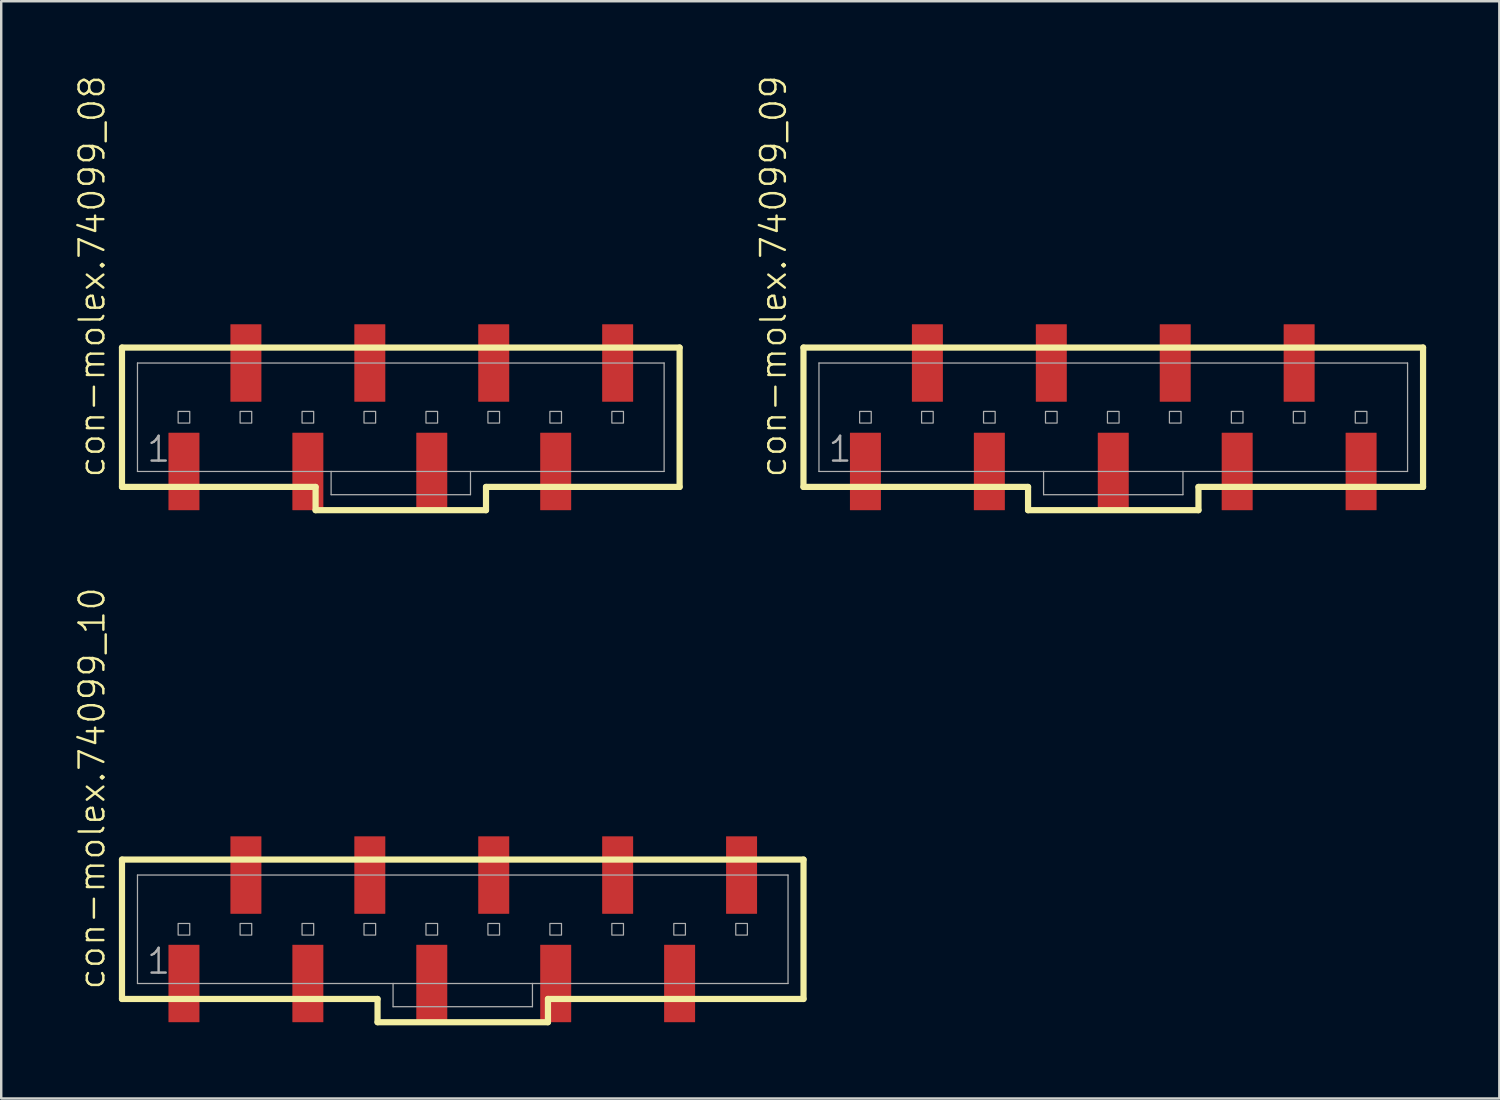
<source format=kicad_pcb>
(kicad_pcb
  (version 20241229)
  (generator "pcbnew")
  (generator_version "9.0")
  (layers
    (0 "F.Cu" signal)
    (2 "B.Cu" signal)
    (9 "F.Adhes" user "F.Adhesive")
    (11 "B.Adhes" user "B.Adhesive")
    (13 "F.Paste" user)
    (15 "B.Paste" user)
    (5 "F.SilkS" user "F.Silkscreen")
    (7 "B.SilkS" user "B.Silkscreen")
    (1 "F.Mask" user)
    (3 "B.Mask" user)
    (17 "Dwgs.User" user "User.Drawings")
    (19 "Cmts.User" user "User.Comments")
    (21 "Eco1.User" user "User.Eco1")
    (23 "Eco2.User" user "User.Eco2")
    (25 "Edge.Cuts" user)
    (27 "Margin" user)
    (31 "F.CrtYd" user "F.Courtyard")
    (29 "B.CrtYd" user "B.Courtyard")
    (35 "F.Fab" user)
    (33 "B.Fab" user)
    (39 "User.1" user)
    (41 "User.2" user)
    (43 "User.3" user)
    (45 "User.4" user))
  (footprint "con-molex.74099_10"
    (layer "F.Cu")
    (at 15.921 35.046)
    (property "Reference" "con-molex.74099_10" (at -14.605 2.54 90) (layer "F.SilkS") (effects (font (size 1.016 1.016) (thickness 0.1)) (justify left bottom)))
    (attr smd)
    (fp_line (start -13.97 -2.857) (end -13.97 2.857) (stroke (width 0.254) (type default)) (layer "F.SilkS"))
    (fp_line (start -13.97 2.857) (end -3.493 2.857) (stroke (width 0.254) (type default)) (layer "F.SilkS"))
    (fp_line (start -3.493 2.857) (end -3.493 3.81) (stroke (width 0.254) (type default)) (layer "F.SilkS"))
    (fp_line (start -3.493 3.81) (end 3.493 3.81) (stroke (width 0.254) (type default)) (layer "F.SilkS"))
    (fp_line (start 3.493 2.857) (end 13.97 2.857) (stroke (width 0.254) (type default)) (layer "F.SilkS"))
    (fp_line (start 3.493 3.81) (end 3.493 2.857) (stroke (width 0.254) (type default)) (layer "F.SilkS"))
    (fp_line (start 13.97 -2.857) (end -13.97 -2.857) (stroke (width 0.254) (type default)) (layer "F.SilkS"))
    (fp_line (start 13.97 2.857) (end 13.97 -2.857) (stroke (width 0.254) (type default)) (layer "F.SilkS"))
    (fp_line (start -13.335 -2.223) (end -13.335 2.223) (stroke (width 0.051) (type default)) (layer "F.Fab"))
    (fp_line (start -13.335 -2.223) (end 13.335 -2.223) (stroke (width 0.051) (type default)) (layer "F.Fab"))
    (fp_line (start -13.335 2.223) (end -2.857 2.223) (stroke (width 0.051) (type default)) (layer "F.Fab"))
    (fp_line (start -2.857 2.223) (end -2.857 3.175) (stroke (width 0.051) (type default)) (layer "F.Fab"))
    (fp_line (start -2.857 2.223) (end 2.857 2.223) (stroke (width 0.051) (type default)) (layer "F.Fab"))
    (fp_line (start 2.857 2.223) (end 2.857 3.175) (stroke (width 0.051) (type default)) (layer "F.Fab"))
    (fp_line (start 2.857 2.223) (end 13.335 2.223) (stroke (width 0.051) (type default)) (layer "F.Fab"))
    (fp_line (start 2.857 3.175) (end -2.857 3.175) (stroke (width 0.051) (type default)) (layer "F.Fab"))
    (fp_line (start 13.335 -2.223) (end 13.335 2.223) (stroke (width 0.051) (type default)) (layer "F.Fab"))
    (fp_rect (start -11.668 0.238) (end -11.192 -0.238) (stroke (width 0.05) (type default)) (fill no) (layer "F.Fab"))
    (fp_rect (start -9.128 0.238) (end -8.652 -0.238) (stroke (width 0.05) (type default)) (fill no) (layer "F.Fab"))
    (fp_rect (start -6.588 0.238) (end -6.112 -0.238) (stroke (width 0.05) (type default)) (fill no) (layer "F.Fab"))
    (fp_rect (start -4.048 0.238) (end -3.572 -0.238) (stroke (width 0.05) (type default)) (fill no) (layer "F.Fab"))
    (fp_rect (start -1.508 0.238) (end -1.032 -0.238) (stroke (width 0.05) (type default)) (fill no) (layer "F.Fab"))
    (fp_rect (start 1.032 0.238) (end 1.508 -0.238) (stroke (width 0.05) (type default)) (fill no) (layer "F.Fab"))
    (fp_rect (start 3.572 0.238) (end 4.048 -0.238) (stroke (width 0.05) (type default)) (fill no) (layer "F.Fab"))
    (fp_rect (start 6.112 0.238) (end 6.588 -0.238) (stroke (width 0.05) (type default)) (fill no) (layer "F.Fab"))
    (fp_rect (start 8.652 0.238) (end 9.128 -0.238) (stroke (width 0.05) (type default)) (fill no) (layer "F.Fab"))
    (fp_rect (start 11.192 0.238) (end 11.668 -0.238) (stroke (width 0.05) (type default)) (fill no) (layer "F.Fab"))
    (fp_text user "1" (at -13.018 1.905 0) (layer "F.Fab") (effects (font (size 1.016 1.016) (thickness 0.1)) (justify left bottom)))
    (pad "1" smd roundrect (at -11.43 2.223 270) (size 3.175 1.27) (layers "F.Cu" "F.Mask" "F.Paste") (roundrect_rratio 0.01))
    (pad "2" smd roundrect (at -8.89 -2.223 270) (size 3.175 1.27) (layers "F.Cu" "F.Mask" "F.Paste") (roundrect_rratio 0.01))
    (pad "3" smd roundrect (at -6.35 2.223 270) (size 3.175 1.27) (layers "F.Cu" "F.Mask" "F.Paste") (roundrect_rratio 0.01))
    (pad "4" smd roundrect (at -3.81 -2.223 270) (size 3.175 1.27) (layers "F.Cu" "F.Mask" "F.Paste") (roundrect_rratio 0.01))
    (pad "5" smd roundrect (at -1.27 2.223 270) (size 3.175 1.27) (layers "F.Cu" "F.Mask" "F.Paste") (roundrect_rratio 0.01))
    (pad "6" smd roundrect (at 1.27 -2.223 270) (size 3.175 1.27) (layers "F.Cu" "F.Mask" "F.Paste") (roundrect_rratio 0.01))
    (pad "7" smd roundrect (at 3.81 2.223 270) (size 3.175 1.27) (layers "F.Cu" "F.Mask" "F.Paste") (roundrect_rratio 0.01))
    (pad "8" smd roundrect (at 6.35 -2.223 270) (size 3.175 1.27) (layers "F.Cu" "F.Mask" "F.Paste") (roundrect_rratio 0.01))
    (pad "9" smd roundrect (at 8.89 2.223 270) (size 3.175 1.27) (layers "F.Cu" "F.Mask" "F.Paste") (roundrect_rratio 0.01))
    (pad "10" smd roundrect (at 11.43 -2.223 270) (size 3.175 1.27) (layers "F.Cu" "F.Mask" "F.Paste") (roundrect_rratio 0.01)))
  (footprint "con-molex.74099_08"
    (layer "F.Cu")
    (at 13.381 14.055)
    (property "Reference" "con-molex.74099_08" (at -12.065 2.54 90) (layer "F.SilkS") (effects (font (size 1.016 1.016) (thickness 0.1)) (justify left bottom)))
    (attr smd)
    (fp_line (start -11.43 -2.857) (end -11.43 2.857) (stroke (width 0.254) (type default)) (layer "F.SilkS"))
    (fp_line (start -11.43 2.857) (end -3.493 2.857) (stroke (width 0.254) (type default)) (layer "F.SilkS"))
    (fp_line (start -3.493 2.857) (end -3.493 3.81) (stroke (width 0.254) (type default)) (layer "F.SilkS"))
    (fp_line (start -3.493 3.81) (end 3.493 3.81) (stroke (width 0.254) (type default)) (layer "F.SilkS"))
    (fp_line (start 3.493 2.857) (end 11.43 2.857) (stroke (width 0.254) (type default)) (layer "F.SilkS"))
    (fp_line (start 3.493 3.81) (end 3.493 2.857) (stroke (width 0.254) (type default)) (layer "F.SilkS"))
    (fp_line (start 11.43 -2.857) (end -11.43 -2.857) (stroke (width 0.254) (type default)) (layer "F.SilkS"))
    (fp_line (start 11.43 2.857) (end 11.43 -2.857) (stroke (width 0.254) (type default)) (layer "F.SilkS"))
    (fp_line (start -10.795 -2.223) (end -10.795 2.223) (stroke (width 0.051) (type default)) (layer "F.Fab"))
    (fp_line (start -10.795 -2.223) (end 10.795 -2.223) (stroke (width 0.051) (type default)) (layer "F.Fab"))
    (fp_line (start -10.795 2.223) (end -2.857 2.223) (stroke (width 0.051) (type default)) (layer "F.Fab"))
    (fp_line (start -2.857 2.223) (end -2.857 3.175) (stroke (width 0.051) (type default)) (layer "F.Fab"))
    (fp_line (start -2.857 2.223) (end 2.857 2.223) (stroke (width 0.051) (type default)) (layer "F.Fab"))
    (fp_line (start 2.857 2.223) (end 2.857 3.175) (stroke (width 0.051) (type default)) (layer "F.Fab"))
    (fp_line (start 2.857 2.223) (end 10.795 2.223) (stroke (width 0.051) (type default)) (layer "F.Fab"))
    (fp_line (start 2.857 3.175) (end -2.857 3.175) (stroke (width 0.051) (type default)) (layer "F.Fab"))
    (fp_line (start 10.795 -2.223) (end 10.795 2.223) (stroke (width 0.051) (type default)) (layer "F.Fab"))
    (fp_rect (start -9.128 0.238) (end -8.652 -0.238) (stroke (width 0.05) (type default)) (fill no) (layer "F.Fab"))
    (fp_rect (start -6.588 0.238) (end -6.112 -0.238) (stroke (width 0.05) (type default)) (fill no) (layer "F.Fab"))
    (fp_rect (start -4.048 0.238) (end -3.572 -0.238) (stroke (width 0.05) (type default)) (fill no) (layer "F.Fab"))
    (fp_rect (start -1.508 0.238) (end -1.032 -0.238) (stroke (width 0.05) (type default)) (fill no) (layer "F.Fab"))
    (fp_rect (start 1.032 0.238) (end 1.508 -0.238) (stroke (width 0.05) (type default)) (fill no) (layer "F.Fab"))
    (fp_rect (start 3.572 0.238) (end 4.048 -0.238) (stroke (width 0.05) (type default)) (fill no) (layer "F.Fab"))
    (fp_rect (start 6.112 0.238) (end 6.588 -0.238) (stroke (width 0.05) (type default)) (fill no) (layer "F.Fab"))
    (fp_rect (start 8.652 0.238) (end 9.128 -0.238) (stroke (width 0.05) (type default)) (fill no) (layer "F.Fab"))
    (fp_text user "1" (at -10.477 1.905 0) (layer "F.Fab") (effects (font (size 1.016 1.016) (thickness 0.1)) (justify left bottom)))
    (pad "1" smd roundrect (at -8.89 2.223 270) (size 3.175 1.27) (layers "F.Cu" "F.Mask" "F.Paste") (roundrect_rratio 0.01))
    (pad "2" smd roundrect (at -6.35 -2.223 270) (size 3.175 1.27) (layers "F.Cu" "F.Mask" "F.Paste") (roundrect_rratio 0.01))
    (pad "3" smd roundrect (at -3.81 2.223 270) (size 3.175 1.27) (layers "F.Cu" "F.Mask" "F.Paste") (roundrect_rratio 0.01))
    (pad "4" smd roundrect (at -1.27 -2.223 270) (size 3.175 1.27) (layers "F.Cu" "F.Mask" "F.Paste") (roundrect_rratio 0.01))
    (pad "5" smd roundrect (at 1.27 2.223 270) (size 3.175 1.27) (layers "F.Cu" "F.Mask" "F.Paste") (roundrect_rratio 0.01))
    (pad "6" smd roundrect (at 3.81 -2.223 270) (size 3.175 1.27) (layers "F.Cu" "F.Mask" "F.Paste") (roundrect_rratio 0.01))
    (pad "7" smd roundrect (at 6.35 2.223 270) (size 3.175 1.27) (layers "F.Cu" "F.Mask" "F.Paste") (roundrect_rratio 0.01))
    (pad "8" smd roundrect (at 8.89 -2.223 270) (size 3.175 1.27) (layers "F.Cu" "F.Mask" "F.Paste") (roundrect_rratio 0.01)))
  (footprint "con-molex.74099_09"
    (layer "F.Cu")
    (at 42.589 14.055)
    (property "Reference" "con-molex.74099_09" (at -13.335 2.54 90) (layer "F.SilkS") (effects (font (size 1.016 1.016) (thickness 0.1)) (justify left bottom)))
    (attr smd)
    (fp_line (start -12.7 -2.857) (end -12.7 2.857) (stroke (width 0.254) (type default)) (layer "F.SilkS"))
    (fp_line (start -12.7 2.857) (end -3.493 2.857) (stroke (width 0.254) (type default)) (layer "F.SilkS"))
    (fp_line (start -3.493 2.857) (end -3.493 3.81) (stroke (width 0.254) (type default)) (layer "F.SilkS"))
    (fp_line (start -3.493 3.81) (end 3.493 3.81) (stroke (width 0.254) (type default)) (layer "F.SilkS"))
    (fp_line (start 3.493 2.857) (end 12.7 2.857) (stroke (width 0.254) (type default)) (layer "F.SilkS"))
    (fp_line (start 3.493 3.81) (end 3.493 2.857) (stroke (width 0.254) (type default)) (layer "F.SilkS"))
    (fp_line (start 12.7 -2.857) (end -12.7 -2.857) (stroke (width 0.254) (type default)) (layer "F.SilkS"))
    (fp_line (start 12.7 2.857) (end 12.7 -2.857) (stroke (width 0.254) (type default)) (layer "F.SilkS"))
    (fp_line (start -12.065 -2.223) (end -12.065 2.223) (stroke (width 0.051) (type default)) (layer "F.Fab"))
    (fp_line (start -12.065 -2.223) (end 12.065 -2.223) (stroke (width 0.051) (type default)) (layer "F.Fab"))
    (fp_line (start -12.065 2.223) (end -2.857 2.223) (stroke (width 0.051) (type default)) (layer "F.Fab"))
    (fp_line (start -2.857 2.223) (end -2.857 3.175) (stroke (width 0.051) (type default)) (layer "F.Fab"))
    (fp_line (start -2.857 2.223) (end 2.857 2.223) (stroke (width 0.051) (type default)) (layer "F.Fab"))
    (fp_line (start 2.857 2.223) (end 2.857 3.175) (stroke (width 0.051) (type default)) (layer "F.Fab"))
    (fp_line (start 2.857 2.223) (end 12.065 2.223) (stroke (width 0.051) (type default)) (layer "F.Fab"))
    (fp_line (start 2.857 3.175) (end -2.857 3.175) (stroke (width 0.051) (type default)) (layer "F.Fab"))
    (fp_line (start 12.065 -2.223) (end 12.065 2.223) (stroke (width 0.051) (type default)) (layer "F.Fab"))
    (fp_rect (start -10.398 0.238) (end -9.922 -0.238) (stroke (width 0.05) (type default)) (fill no) (layer "F.Fab"))
    (fp_rect (start -7.858 0.238) (end -7.382 -0.238) (stroke (width 0.05) (type default)) (fill no) (layer "F.Fab"))
    (fp_rect (start -5.318 0.238) (end -4.842 -0.238) (stroke (width 0.05) (type default)) (fill no) (layer "F.Fab"))
    (fp_rect (start -2.778 0.238) (end -2.302 -0.238) (stroke (width 0.05) (type default)) (fill no) (layer "F.Fab"))
    (fp_rect (start -0.238 0.238) (end 0.238 -0.238) (stroke (width 0.05) (type default)) (fill no) (layer "F.Fab"))
    (fp_rect (start 2.302 0.238) (end 2.778 -0.238) (stroke (width 0.05) (type default)) (fill no) (layer "F.Fab"))
    (fp_rect (start 4.842 0.238) (end 5.318 -0.238) (stroke (width 0.05) (type default)) (fill no) (layer "F.Fab"))
    (fp_rect (start 7.382 0.238) (end 7.858 -0.238) (stroke (width 0.05) (type default)) (fill no) (layer "F.Fab"))
    (fp_rect (start 9.922 0.238) (end 10.398 -0.238) (stroke (width 0.05) (type default)) (fill no) (layer "F.Fab"))
    (fp_text user "1" (at -11.748 1.905 0) (layer "F.Fab") (effects (font (size 1.016 1.016) (thickness 0.1)) (justify left bottom)))
    (pad "1" smd roundrect (at -10.16 2.223 270) (size 3.175 1.27) (layers "F.Cu" "F.Mask" "F.Paste") (roundrect_rratio 0.01))
    (pad "2" smd roundrect (at -7.62 -2.223 270) (size 3.175 1.27) (layers "F.Cu" "F.Mask" "F.Paste") (roundrect_rratio 0.01))
    (pad "3" smd roundrect (at -5.08 2.223 270) (size 3.175 1.27) (layers "F.Cu" "F.Mask" "F.Paste") (roundrect_rratio 0.01))
    (pad "4" smd roundrect (at -2.54 -2.223 270) (size 3.175 1.27) (layers "F.Cu" "F.Mask" "F.Paste") (roundrect_rratio 0.01))
    (pad "5" smd roundrect (at 0 2.223 270) (size 3.175 1.27) (layers "F.Cu" "F.Mask" "F.Paste") (roundrect_rratio 0.01))
    (pad "6" smd roundrect (at 2.54 -2.223 270) (size 3.175 1.27) (layers "F.Cu" "F.Mask" "F.Paste") (roundrect_rratio 0.01))
    (pad "7" smd roundrect (at 5.08 2.223 270) (size 3.175 1.27) (layers "F.Cu" "F.Mask" "F.Paste") (roundrect_rratio 0.01))
    (pad "8" smd roundrect (at 7.62 -2.223 270) (size 3.175 1.27) (layers "F.Cu" "F.Mask" "F.Paste") (roundrect_rratio 0.01))
    (pad "9" smd roundrect (at 10.16 2.223 270) (size 3.175 1.27) (layers "F.Cu" "F.Mask" "F.Paste") (roundrect_rratio 0.01)))
  (gr_rect
    (start -3 -3)
    (end 58.416 41.983)
    (stroke (width 0.1) (type default))
    (fill no)
    (layer "Edge.Cuts")))
</source>
